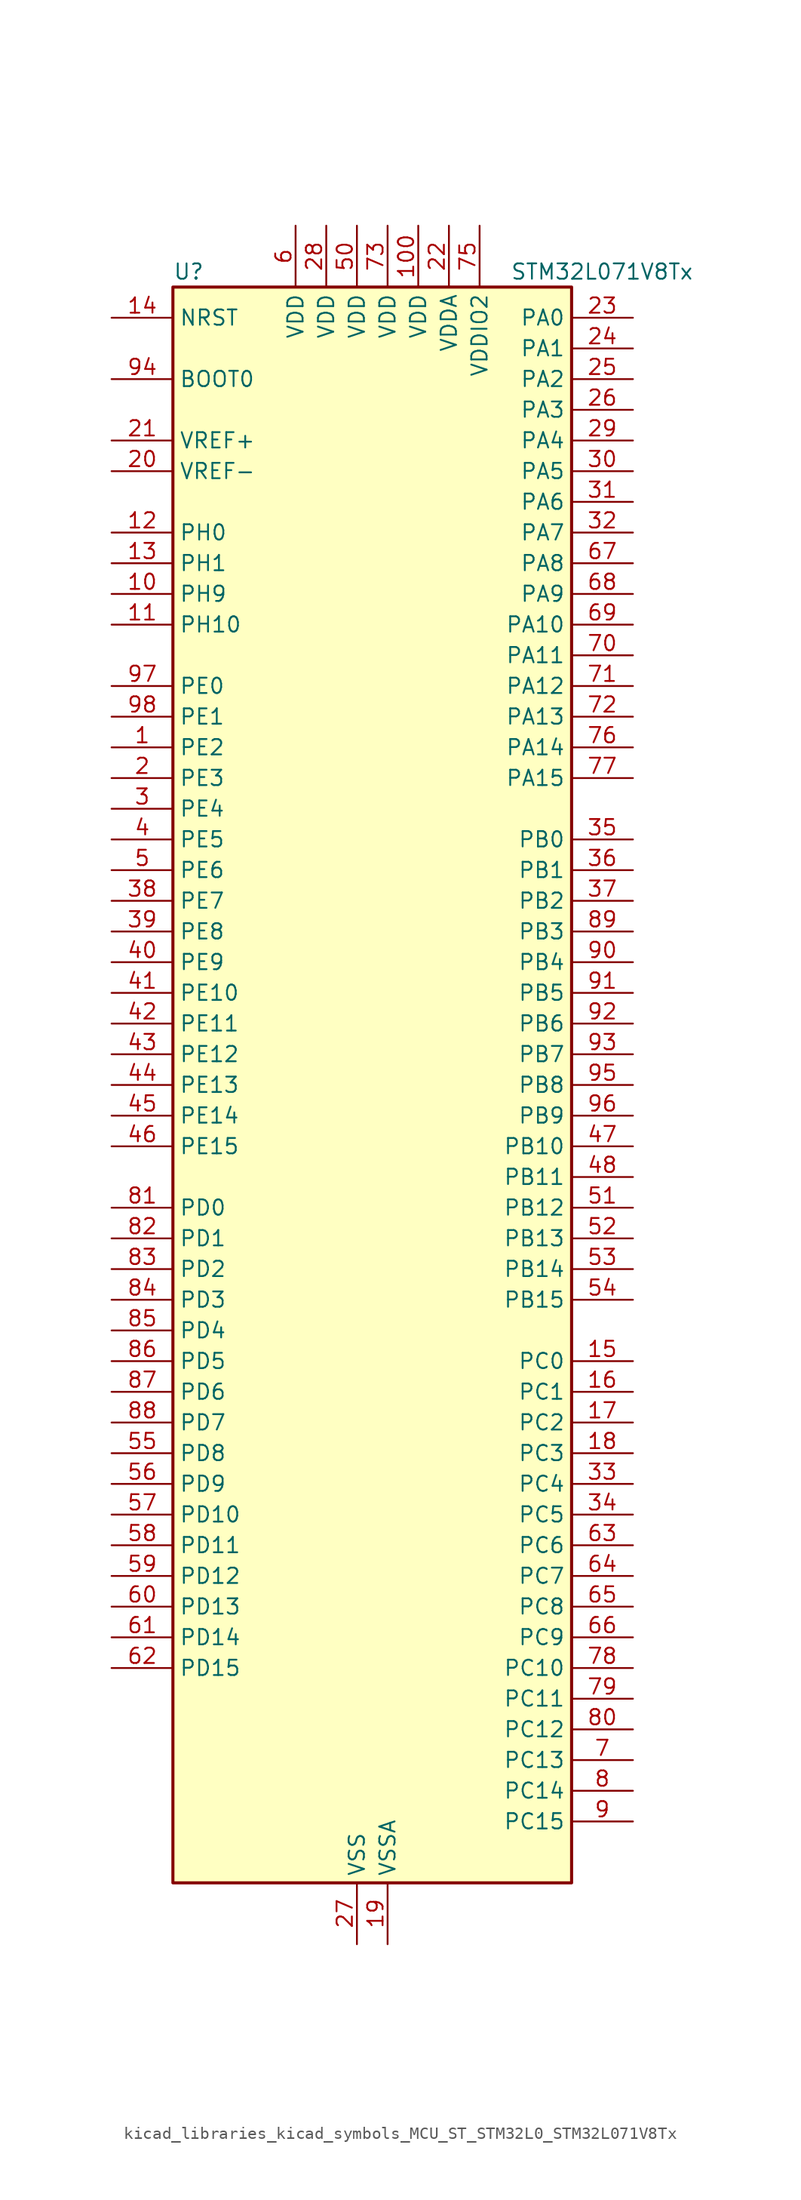
<source format=kicad_sym>
(kicad_symbol_lib
  (version 20220914)
  (generator kicad_symbol_editor)
  (symbol "kicad_libraries_kicad_symbols_MCU_ST_STM32L0_STM32L071V8Tx"
    (property "Reference" "U"
      (at -15.24 67.31 0)
      (effects (font (size 1.27 1.27)) (justify left)))
    (property "Value" "STM32L071V8Tx"
      (at 12.7 67.31 0)
      (effects (font (size 1.27 1.27)) (justify left)))
    (property "ki_locked" ""
      (at 0 0 0)
      (effects (font (size 1.27 1.27))))
    (symbol "kicad_libraries_kicad_symbols_MCU_ST_STM32L0_STM32L071V8Tx_0_1"
      (rectangle (start -15.24 -66.04) (end 17.78 66.04) (stroke (width 0.254) (type default)) (fill (type background))))
    (symbol "kicad_libraries_kicad_symbols_MCU_ST_STM32L0_STM32L071V8Tx_1_1"
      (pin bidirectional line (at -20.32 27.94 0) (length 5.08) (name "PE2" (effects (font (size 1.27 1.27)))) (number "1" (effects (font (size 1.27 1.27)))) (alternate "TIM3_ETR" bidirectional line))
      (pin bidirectional line (at -20.32 40.64 0) (length 5.08) (name "PH9" (effects (font (size 1.27 1.27)))) (number "10" (effects (font (size 1.27 1.27)))))
      (pin power_in line (at 5.08 71.12 270) (length 5.08) (name "VDD" (effects (font (size 1.27 1.27)))) (number "100" (effects (font (size 1.27 1.27)))))
      (pin bidirectional line (at -20.32 38.1 0) (length 5.08) (name "PH10" (effects (font (size 1.27 1.27)))) (number "11" (effects (font (size 1.27 1.27)))))
      (pin bidirectional line (at -20.32 45.72 0) (length 5.08) (name "PH0" (effects (font (size 1.27 1.27)))) (number "12" (effects (font (size 1.27 1.27)))) (alternate "RCC_OSC_IN" bidirectional line))
      (pin bidirectional line (at -20.32 43.18 0) (length 5.08) (name "PH1" (effects (font (size 1.27 1.27)))) (number "13" (effects (font (size 1.27 1.27)))) (alternate "RCC_OSC_OUT" bidirectional line))
      (pin input line (at -20.32 63.5 0) (length 5.08) (name "NRST" (effects (font (size 1.27 1.27)))) (number "14" (effects (font (size 1.27 1.27)))))
      (pin bidirectional line (at 22.86 -22.86 180) (length 5.08) (name "PC0" (effects (font (size 1.27 1.27)))) (number "15" (effects (font (size 1.27 1.27)))) (alternate "ADC_IN10" bidirectional line) (alternate "I2C3_SCL" bidirectional line) (alternate "LPTIM1_IN1" bidirectional line) (alternate "LPUART1_RX" bidirectional line))
      (pin bidirectional line (at 22.86 -25.4 180) (length 5.08) (name "PC1" (effects (font (size 1.27 1.27)))) (number "16" (effects (font (size 1.27 1.27)))) (alternate "ADC_IN11" bidirectional line) (alternate "I2C3_SDA" bidirectional line) (alternate "LPTIM1_OUT" bidirectional line) (alternate "LPUART1_TX" bidirectional line))
      (pin bidirectional line (at 22.86 -27.94 180) (length 5.08) (name "PC2" (effects (font (size 1.27 1.27)))) (number "17" (effects (font (size 1.27 1.27)))) (alternate "ADC_IN12" bidirectional line) (alternate "I2S2_MCK" bidirectional line) (alternate "LPTIM1_IN2" bidirectional line) (alternate "SPI2_MISO" bidirectional line))
      (pin bidirectional line (at 22.86 -30.48 180) (length 5.08) (name "PC3" (effects (font (size 1.27 1.27)))) (number "18" (effects (font (size 1.27 1.27)))) (alternate "ADC_IN13" bidirectional line) (alternate "I2S2_SD" bidirectional line) (alternate "LPTIM1_ETR" bidirectional line) (alternate "SPI2_MOSI" bidirectional line))
      (pin power_in line (at 2.54 -71.12 90) (length 5.08) (name "VSSA" (effects (font (size 1.27 1.27)))) (number "19" (effects (font (size 1.27 1.27)))))
      (pin bidirectional line (at -20.32 25.4 0) (length 5.08) (name "PE3" (effects (font (size 1.27 1.27)))) (number "2" (effects (font (size 1.27 1.27)))) (alternate "TIM22_CH1" bidirectional line) (alternate "TIM3_CH1" bidirectional line))
      (pin input line (at -20.32 50.8 0) (length 5.08) (name "VREF-" (effects (font (size 1.27 1.27)))) (number "20" (effects (font (size 1.27 1.27)))))
      (pin input line (at -20.32 53.34 0) (length 5.08) (name "VREF+" (effects (font (size 1.27 1.27)))) (number "21" (effects (font (size 1.27 1.27)))))
      (pin power_in line (at 7.62 71.12 270) (length 5.08) (name "VDDA" (effects (font (size 1.27 1.27)))) (number "22" (effects (font (size 1.27 1.27)))))
      (pin bidirectional line (at 22.86 63.5 180) (length 5.08) (name "PA0" (effects (font (size 1.27 1.27)))) (number "23" (effects (font (size 1.27 1.27)))) (alternate "ADC_IN0" bidirectional line) (alternate "COMP1_INM" bidirectional line) (alternate "COMP1_OUT" bidirectional line) (alternate "RTC_TAMP2" bidirectional line) (alternate "SYS_WKUP1" bidirectional line) (alternate "TIM2_CH1" bidirectional line) (alternate "TIM2_ETR" bidirectional line) (alternate "USART2_CTS" bidirectional line) (alternate "USART4_TX" bidirectional line))
      (pin bidirectional line (at 22.86 60.96 180) (length 5.08) (name "PA1" (effects (font (size 1.27 1.27)))) (number "24" (effects (font (size 1.27 1.27)))) (alternate "ADC_IN1" bidirectional line) (alternate "COMP1_INP" bidirectional line) (alternate "TIM21_ETR" bidirectional line) (alternate "TIM2_CH2" bidirectional line) (alternate "USART2_DE" bidirectional line) (alternate "USART2_RTS" bidirectional line) (alternate "USART4_RX" bidirectional line))
      (pin bidirectional line (at 22.86 58.42 180) (length 5.08) (name "PA2" (effects (font (size 1.27 1.27)))) (number "25" (effects (font (size 1.27 1.27)))) (alternate "ADC_IN2" bidirectional line) (alternate "COMP2_INM" bidirectional line) (alternate "COMP2_OUT" bidirectional line) (alternate "LPUART1_TX" bidirectional line) (alternate "TIM21_CH1" bidirectional line) (alternate "TIM2_CH3" bidirectional line) (alternate "USART2_TX" bidirectional line))
      (pin bidirectional line (at 22.86 55.88 180) (length 5.08) (name "PA3" (effects (font (size 1.27 1.27)))) (number "26" (effects (font (size 1.27 1.27)))) (alternate "ADC_IN3" bidirectional line) (alternate "COMP2_INP" bidirectional line) (alternate "LPUART1_RX" bidirectional line) (alternate "TIM21_CH2" bidirectional line) (alternate "TIM2_CH4" bidirectional line) (alternate "USART2_RX" bidirectional line))
      (pin power_in line (at 0 -71.12 90) (length 5.08) (name "VSS" (effects (font (size 1.27 1.27)))) (number "27" (effects (font (size 1.27 1.27)))))
      (pin power_in line (at -2.54 71.12 270) (length 5.08) (name "VDD" (effects (font (size 1.27 1.27)))) (number "28" (effects (font (size 1.27 1.27)))))
      (pin bidirectional line (at 22.86 53.34 180) (length 5.08) (name "PA4" (effects (font (size 1.27 1.27)))) (number "29" (effects (font (size 1.27 1.27)))) (alternate "ADC_IN4" bidirectional line) (alternate "COMP1_INM" bidirectional line) (alternate "COMP2_INM" bidirectional line) (alternate "SPI1_NSS" bidirectional line) (alternate "TIM22_ETR" bidirectional line) (alternate "USART2_CK" bidirectional line))
      (pin bidirectional line (at -20.32 22.86 0) (length 5.08) (name "PE4" (effects (font (size 1.27 1.27)))) (number "3" (effects (font (size 1.27 1.27)))) (alternate "TIM22_CH2" bidirectional line) (alternate "TIM3_CH2" bidirectional line))
      (pin bidirectional line (at 22.86 50.8 180) (length 5.08) (name "PA5" (effects (font (size 1.27 1.27)))) (number "30" (effects (font (size 1.27 1.27)))) (alternate "ADC_IN5" bidirectional line) (alternate "COMP1_INM" bidirectional line) (alternate "COMP2_INM" bidirectional line) (alternate "SPI1_SCK" bidirectional line) (alternate "TIM2_CH1" bidirectional line) (alternate "TIM2_ETR" bidirectional line))
      (pin bidirectional line (at 22.86 48.26 180) (length 5.08) (name "PA6" (effects (font (size 1.27 1.27)))) (number "31" (effects (font (size 1.27 1.27)))) (alternate "ADC_IN6" bidirectional line) (alternate "COMP1_OUT" bidirectional line) (alternate "LPUART1_CTS" bidirectional line) (alternate "SPI1_MISO" bidirectional line) (alternate "TIM22_CH1" bidirectional line) (alternate "TIM3_CH1" bidirectional line))
      (pin bidirectional line (at 22.86 45.72 180) (length 5.08) (name "PA7" (effects (font (size 1.27 1.27)))) (number "32" (effects (font (size 1.27 1.27)))) (alternate "ADC_IN7" bidirectional line) (alternate "COMP2_OUT" bidirectional line) (alternate "SPI1_MOSI" bidirectional line) (alternate "TIM22_CH2" bidirectional line) (alternate "TIM3_CH2" bidirectional line))
      (pin bidirectional line (at 22.86 -33.02 180) (length 5.08) (name "PC4" (effects (font (size 1.27 1.27)))) (number "33" (effects (font (size 1.27 1.27)))) (alternate "ADC_IN14" bidirectional line) (alternate "LPUART1_TX" bidirectional line))
      (pin bidirectional line (at 22.86 -35.56 180) (length 5.08) (name "PC5" (effects (font (size 1.27 1.27)))) (number "34" (effects (font (size 1.27 1.27)))) (alternate "ADC_IN15" bidirectional line) (alternate "LPUART1_RX" bidirectional line))
      (pin bidirectional line (at 22.86 20.32 180) (length 5.08) (name "PB0" (effects (font (size 1.27 1.27)))) (number "35" (effects (font (size 1.27 1.27)))) (alternate "ADC_IN8" bidirectional line) (alternate "SYS_VREF_OUT_PB0" bidirectional line) (alternate "TIM3_CH3" bidirectional line))
      (pin bidirectional line (at 22.86 17.78 180) (length 5.08) (name "PB1" (effects (font (size 1.27 1.27)))) (number "36" (effects (font (size 1.27 1.27)))) (alternate "ADC_IN9" bidirectional line) (alternate "LPUART1_DE" bidirectional line) (alternate "LPUART1_RTS" bidirectional line) (alternate "SYS_VREF_OUT_PB1" bidirectional line) (alternate "TIM3_CH4" bidirectional line))
      (pin bidirectional line (at 22.86 15.24 180) (length 5.08) (name "PB2" (effects (font (size 1.27 1.27)))) (number "37" (effects (font (size 1.27 1.27)))) (alternate "I2C3_SMBA" bidirectional line) (alternate "LPTIM1_OUT" bidirectional line))
      (pin bidirectional line (at -20.32 15.24 0) (length 5.08) (name "PE7" (effects (font (size 1.27 1.27)))) (number "38" (effects (font (size 1.27 1.27)))) (alternate "USART5_CK" bidirectional line) (alternate "USART5_DE" bidirectional line) (alternate "USART5_RTS" bidirectional line))
      (pin bidirectional line (at -20.32 12.7 0) (length 5.08) (name "PE8" (effects (font (size 1.27 1.27)))) (number "39" (effects (font (size 1.27 1.27)))) (alternate "USART4_TX" bidirectional line))
      (pin bidirectional line (at -20.32 20.32 0) (length 5.08) (name "PE5" (effects (font (size 1.27 1.27)))) (number "4" (effects (font (size 1.27 1.27)))) (alternate "TIM21_CH1" bidirectional line) (alternate "TIM3_CH3" bidirectional line))
      (pin bidirectional line (at -20.32 10.16 0) (length 5.08) (name "PE9" (effects (font (size 1.27 1.27)))) (number "40" (effects (font (size 1.27 1.27)))) (alternate "TIM2_CH1" bidirectional line) (alternate "TIM2_ETR" bidirectional line) (alternate "USART4_RX" bidirectional line))
      (pin bidirectional line (at -20.32 7.62 0) (length 5.08) (name "PE10" (effects (font (size 1.27 1.27)))) (number "41" (effects (font (size 1.27 1.27)))) (alternate "TIM2_CH2" bidirectional line) (alternate "USART5_TX" bidirectional line))
      (pin bidirectional line (at -20.32 5.08 0) (length 5.08) (name "PE11" (effects (font (size 1.27 1.27)))) (number "42" (effects (font (size 1.27 1.27)))) (alternate "ADC_EXTI11" bidirectional line) (alternate "TIM2_CH3" bidirectional line) (alternate "USART5_RX" bidirectional line))
      (pin bidirectional line (at -20.32 2.54 0) (length 5.08) (name "PE12" (effects (font (size 1.27 1.27)))) (number "43" (effects (font (size 1.27 1.27)))) (alternate "SPI1_NSS" bidirectional line) (alternate "TIM2_CH4" bidirectional line))
      (pin bidirectional line (at -20.32 0 0) (length 5.08) (name "PE13" (effects (font (size 1.27 1.27)))) (number "44" (effects (font (size 1.27 1.27)))) (alternate "SPI1_SCK" bidirectional line))
      (pin bidirectional line (at -20.32 -2.54 0) (length 5.08) (name "PE14" (effects (font (size 1.27 1.27)))) (number "45" (effects (font (size 1.27 1.27)))) (alternate "SPI1_MISO" bidirectional line))
      (pin bidirectional line (at -20.32 -5.08 0) (length 5.08) (name "PE15" (effects (font (size 1.27 1.27)))) (number "46" (effects (font (size 1.27 1.27)))) (alternate "SPI1_MOSI" bidirectional line))
      (pin bidirectional line (at 22.86 -5.08 180) (length 5.08) (name "PB10" (effects (font (size 1.27 1.27)))) (number "47" (effects (font (size 1.27 1.27)))) (alternate "I2C2_SCL" bidirectional line) (alternate "LPUART1_RX" bidirectional line) (alternate "LPUART1_TX" bidirectional line) (alternate "SPI2_SCK" bidirectional line) (alternate "TIM2_CH3" bidirectional line))
      (pin bidirectional line (at 22.86 -7.62 180) (length 5.08) (name "PB11" (effects (font (size 1.27 1.27)))) (number "48" (effects (font (size 1.27 1.27)))) (alternate "ADC_EXTI11" bidirectional line) (alternate "I2C2_SDA" bidirectional line) (alternate "LPUART1_RX" bidirectional line) (alternate "LPUART1_TX" bidirectional line) (alternate "TIM2_CH4" bidirectional line))
      (pin passive line (at 0 -71.12 90) (length 5.08) hide (name "VSS" (effects (font (size 1.27 1.27)))) (number "49" (effects (font (size 1.27 1.27)))))
      (pin bidirectional line (at -20.32 17.78 0) (length 5.08) (name "PE6" (effects (font (size 1.27 1.27)))) (number "5" (effects (font (size 1.27 1.27)))) (alternate "RTC_TAMP3" bidirectional line) (alternate "SYS_WKUP3" bidirectional line) (alternate "TIM21_CH2" bidirectional line) (alternate "TIM3_CH4" bidirectional line))
      (pin power_in line (at 0 71.12 270) (length 5.08) (name "VDD" (effects (font (size 1.27 1.27)))) (number "50" (effects (font (size 1.27 1.27)))))
      (pin bidirectional line (at 22.86 -10.16 180) (length 5.08) (name "PB12" (effects (font (size 1.27 1.27)))) (number "51" (effects (font (size 1.27 1.27)))) (alternate "I2S2_WS" bidirectional line) (alternate "LPUART1_DE" bidirectional line) (alternate "LPUART1_RTS" bidirectional line) (alternate "SPI2_NSS" bidirectional line))
      (pin bidirectional line (at 22.86 -12.7 180) (length 5.08) (name "PB13" (effects (font (size 1.27 1.27)))) (number "52" (effects (font (size 1.27 1.27)))) (alternate "I2C2_SCL" bidirectional line) (alternate "I2S2_CK" bidirectional line) (alternate "LPUART1_CTS" bidirectional line) (alternate "RCC_MCO" bidirectional line) (alternate "SPI2_SCK" bidirectional line) (alternate "TIM21_CH1" bidirectional line))
      (pin bidirectional line (at 22.86 -15.24 180) (length 5.08) (name "PB14" (effects (font (size 1.27 1.27)))) (number "53" (effects (font (size 1.27 1.27)))) (alternate "I2C2_SDA" bidirectional line) (alternate "I2S2_MCK" bidirectional line) (alternate "LPUART1_DE" bidirectional line) (alternate "LPUART1_RTS" bidirectional line) (alternate "RTC_OUT_ALARM" bidirectional line) (alternate "RTC_OUT_CALIB" bidirectional line) (alternate "SPI2_MISO" bidirectional line) (alternate "TIM21_CH2" bidirectional line))
      (pin bidirectional line (at 22.86 -17.78 180) (length 5.08) (name "PB15" (effects (font (size 1.27 1.27)))) (number "54" (effects (font (size 1.27 1.27)))) (alternate "I2S2_SD" bidirectional line) (alternate "RTC_REFIN" bidirectional line) (alternate "SPI2_MOSI" bidirectional line))
      (pin bidirectional line (at -20.32 -30.48 0) (length 5.08) (name "PD8" (effects (font (size 1.27 1.27)))) (number "55" (effects (font (size 1.27 1.27)))) (alternate "LPUART1_TX" bidirectional line))
      (pin bidirectional line (at -20.32 -33.02 0) (length 5.08) (name "PD9" (effects (font (size 1.27 1.27)))) (number "56" (effects (font (size 1.27 1.27)))) (alternate "LPUART1_RX" bidirectional line))
      (pin bidirectional line (at -20.32 -35.56 0) (length 5.08) (name "PD10" (effects (font (size 1.27 1.27)))) (number "57" (effects (font (size 1.27 1.27)))))
      (pin bidirectional line (at -20.32 -38.1 0) (length 5.08) (name "PD11" (effects (font (size 1.27 1.27)))) (number "58" (effects (font (size 1.27 1.27)))) (alternate "ADC_EXTI11" bidirectional line) (alternate "LPUART1_CTS" bidirectional line))
      (pin bidirectional line (at -20.32 -40.64 0) (length 5.08) (name "PD12" (effects (font (size 1.27 1.27)))) (number "59" (effects (font (size 1.27 1.27)))) (alternate "LPUART1_DE" bidirectional line) (alternate "LPUART1_RTS" bidirectional line))
      (pin power_in line (at -5.08 71.12 270) (length 5.08) (name "VDD" (effects (font (size 1.27 1.27)))) (number "6" (effects (font (size 1.27 1.27)))))
      (pin bidirectional line (at -20.32 -43.18 0) (length 5.08) (name "PD13" (effects (font (size 1.27 1.27)))) (number "60" (effects (font (size 1.27 1.27)))))
      (pin bidirectional line (at -20.32 -45.72 0) (length 5.08) (name "PD14" (effects (font (size 1.27 1.27)))) (number "61" (effects (font (size 1.27 1.27)))))
      (pin bidirectional line (at -20.32 -48.26 0) (length 5.08) (name "PD15" (effects (font (size 1.27 1.27)))) (number "62" (effects (font (size 1.27 1.27)))))
      (pin bidirectional line (at 22.86 -38.1 180) (length 5.08) (name "PC6" (effects (font (size 1.27 1.27)))) (number "63" (effects (font (size 1.27 1.27)))) (alternate "TIM22_CH1" bidirectional line) (alternate "TIM3_CH1" bidirectional line))
      (pin bidirectional line (at 22.86 -40.64 180) (length 5.08) (name "PC7" (effects (font (size 1.27 1.27)))) (number "64" (effects (font (size 1.27 1.27)))) (alternate "TIM22_CH2" bidirectional line) (alternate "TIM3_CH2" bidirectional line))
      (pin bidirectional line (at 22.86 -43.18 180) (length 5.08) (name "PC8" (effects (font (size 1.27 1.27)))) (number "65" (effects (font (size 1.27 1.27)))) (alternate "TIM22_ETR" bidirectional line) (alternate "TIM3_CH3" bidirectional line))
      (pin bidirectional line (at 22.86 -45.72 180) (length 5.08) (name "PC9" (effects (font (size 1.27 1.27)))) (number "66" (effects (font (size 1.27 1.27)))) (alternate "I2C3_SDA" bidirectional line) (alternate "TIM21_ETR" bidirectional line) (alternate "TIM3_CH4" bidirectional line))
      (pin bidirectional line (at 22.86 43.18 180) (length 5.08) (name "PA8" (effects (font (size 1.27 1.27)))) (number "67" (effects (font (size 1.27 1.27)))) (alternate "I2C3_SCL" bidirectional line) (alternate "RCC_MCO" bidirectional line) (alternate "USART1_CK" bidirectional line))
      (pin bidirectional line (at 22.86 40.64 180) (length 5.08) (name "PA9" (effects (font (size 1.27 1.27)))) (number "68" (effects (font (size 1.27 1.27)))) (alternate "I2C1_SCL" bidirectional line) (alternate "I2C3_SMBA" bidirectional line) (alternate "RCC_MCO" bidirectional line) (alternate "USART1_TX" bidirectional line))
      (pin bidirectional line (at 22.86 38.1 180) (length 5.08) (name "PA10" (effects (font (size 1.27 1.27)))) (number "69" (effects (font (size 1.27 1.27)))) (alternate "I2C1_SDA" bidirectional line) (alternate "USART1_RX" bidirectional line))
      (pin bidirectional line (at 22.86 -55.88 180) (length 5.08) (name "PC13" (effects (font (size 1.27 1.27)))) (number "7" (effects (font (size 1.27 1.27)))) (alternate "RTC_OUT_ALARM" bidirectional line) (alternate "RTC_OUT_CALIB" bidirectional line) (alternate "RTC_TAMP1" bidirectional line) (alternate "RTC_TS" bidirectional line) (alternate "SYS_WKUP2" bidirectional line))
      (pin bidirectional line (at 22.86 35.56 180) (length 5.08) (name "PA11" (effects (font (size 1.27 1.27)))) (number "70" (effects (font (size 1.27 1.27)))) (alternate "ADC_EXTI11" bidirectional line) (alternate "COMP1_OUT" bidirectional line) (alternate "SPI1_MISO" bidirectional line) (alternate "USART1_CTS" bidirectional line))
      (pin bidirectional line (at 22.86 33.02 180) (length 5.08) (name "PA12" (effects (font (size 1.27 1.27)))) (number "71" (effects (font (size 1.27 1.27)))) (alternate "COMP2_OUT" bidirectional line) (alternate "SPI1_MOSI" bidirectional line) (alternate "USART1_DE" bidirectional line) (alternate "USART1_RTS" bidirectional line))
      (pin bidirectional line (at 22.86 30.48 180) (length 5.08) (name "PA13" (effects (font (size 1.27 1.27)))) (number "72" (effects (font (size 1.27 1.27)))) (alternate "LPUART1_RX" bidirectional line) (alternate "SYS_SWDIO" bidirectional line))
      (pin power_in line (at 2.54 71.12 270) (length 5.08) (name "VDD" (effects (font (size 1.27 1.27)))) (number "73" (effects (font (size 1.27 1.27)))))
      (pin passive line (at 0 -71.12 90) (length 5.08) hide (name "VSS" (effects (font (size 1.27 1.27)))) (number "74" (effects (font (size 1.27 1.27)))))
      (pin power_in line (at 10.16 71.12 270) (length 5.08) (name "VDDIO2" (effects (font (size 1.27 1.27)))) (number "75" (effects (font (size 1.27 1.27)))))
      (pin bidirectional line (at 22.86 27.94 180) (length 5.08) (name "PA14" (effects (font (size 1.27 1.27)))) (number "76" (effects (font (size 1.27 1.27)))) (alternate "LPUART1_TX" bidirectional line) (alternate "SYS_SWCLK" bidirectional line) (alternate "USART2_TX" bidirectional line))
      (pin bidirectional line (at 22.86 25.4 180) (length 5.08) (name "PA15" (effects (font (size 1.27 1.27)))) (number "77" (effects (font (size 1.27 1.27)))) (alternate "SPI1_NSS" bidirectional line) (alternate "TIM2_CH1" bidirectional line) (alternate "TIM2_ETR" bidirectional line) (alternate "USART2_RX" bidirectional line) (alternate "USART4_DE" bidirectional line) (alternate "USART4_RTS" bidirectional line))
      (pin bidirectional line (at 22.86 -48.26 180) (length 5.08) (name "PC10" (effects (font (size 1.27 1.27)))) (number "78" (effects (font (size 1.27 1.27)))) (alternate "LPUART1_TX" bidirectional line) (alternate "USART4_TX" bidirectional line))
      (pin bidirectional line (at 22.86 -50.8 180) (length 5.08) (name "PC11" (effects (font (size 1.27 1.27)))) (number "79" (effects (font (size 1.27 1.27)))) (alternate "ADC_EXTI11" bidirectional line) (alternate "LPUART1_RX" bidirectional line) (alternate "USART4_RX" bidirectional line))
      (pin bidirectional line (at 22.86 -58.42 180) (length 5.08) (name "PC14" (effects (font (size 1.27 1.27)))) (number "8" (effects (font (size 1.27 1.27)))) (alternate "RCC_OSC32_IN" bidirectional line))
      (pin bidirectional line (at 22.86 -53.34 180) (length 5.08) (name "PC12" (effects (font (size 1.27 1.27)))) (number "80" (effects (font (size 1.27 1.27)))) (alternate "USART4_CK" bidirectional line) (alternate "USART5_TX" bidirectional line))
      (pin bidirectional line (at -20.32 -10.16 0) (length 5.08) (name "PD0" (effects (font (size 1.27 1.27)))) (number "81" (effects (font (size 1.27 1.27)))) (alternate "I2S2_WS" bidirectional line) (alternate "SPI2_NSS" bidirectional line) (alternate "TIM21_CH1" bidirectional line))
      (pin bidirectional line (at -20.32 -12.7 0) (length 5.08) (name "PD1" (effects (font (size 1.27 1.27)))) (number "82" (effects (font (size 1.27 1.27)))) (alternate "I2S2_CK" bidirectional line) (alternate "SPI2_SCK" bidirectional line))
      (pin bidirectional line (at -20.32 -15.24 0) (length 5.08) (name "PD2" (effects (font (size 1.27 1.27)))) (number "83" (effects (font (size 1.27 1.27)))) (alternate "LPUART1_DE" bidirectional line) (alternate "LPUART1_RTS" bidirectional line) (alternate "TIM3_ETR" bidirectional line) (alternate "USART5_RX" bidirectional line))
      (pin bidirectional line (at -20.32 -17.78 0) (length 5.08) (name "PD3" (effects (font (size 1.27 1.27)))) (number "84" (effects (font (size 1.27 1.27)))) (alternate "I2S2_MCK" bidirectional line) (alternate "SPI2_MISO" bidirectional line) (alternate "USART2_CTS" bidirectional line))
      (pin bidirectional line (at -20.32 -20.32 0) (length 5.08) (name "PD4" (effects (font (size 1.27 1.27)))) (number "85" (effects (font (size 1.27 1.27)))) (alternate "I2S2_SD" bidirectional line) (alternate "SPI2_MOSI" bidirectional line) (alternate "USART2_DE" bidirectional line) (alternate "USART2_RTS" bidirectional line))
      (pin bidirectional line (at -20.32 -22.86 0) (length 5.08) (name "PD5" (effects (font (size 1.27 1.27)))) (number "86" (effects (font (size 1.27 1.27)))) (alternate "USART2_TX" bidirectional line))
      (pin bidirectional line (at -20.32 -25.4 0) (length 5.08) (name "PD6" (effects (font (size 1.27 1.27)))) (number "87" (effects (font (size 1.27 1.27)))) (alternate "USART2_RX" bidirectional line))
      (pin bidirectional line (at -20.32 -27.94 0) (length 5.08) (name "PD7" (effects (font (size 1.27 1.27)))) (number "88" (effects (font (size 1.27 1.27)))) (alternate "TIM21_CH2" bidirectional line) (alternate "USART2_CK" bidirectional line))
      (pin bidirectional line (at 22.86 12.7 180) (length 5.08) (name "PB3" (effects (font (size 1.27 1.27)))) (number "89" (effects (font (size 1.27 1.27)))) (alternate "COMP2_INM" bidirectional line) (alternate "SPI1_SCK" bidirectional line) (alternate "TIM2_CH2" bidirectional line) (alternate "USART1_DE" bidirectional line) (alternate "USART1_RTS" bidirectional line) (alternate "USART5_TX" bidirectional line))
      (pin bidirectional line (at 22.86 -60.96 180) (length 5.08) (name "PC15" (effects (font (size 1.27 1.27)))) (number "9" (effects (font (size 1.27 1.27)))) (alternate "RCC_OSC32_OUT" bidirectional line))
      (pin bidirectional line (at 22.86 10.16 180) (length 5.08) (name "PB4" (effects (font (size 1.27 1.27)))) (number "90" (effects (font (size 1.27 1.27)))) (alternate "COMP2_INP" bidirectional line) (alternate "I2C3_SDA" bidirectional line) (alternate "SPI1_MISO" bidirectional line) (alternate "TIM22_CH1" bidirectional line) (alternate "TIM3_CH1" bidirectional line) (alternate "USART1_CTS" bidirectional line) (alternate "USART5_RX" bidirectional line))
      (pin bidirectional line (at 22.86 7.62 180) (length 5.08) (name "PB5" (effects (font (size 1.27 1.27)))) (number "91" (effects (font (size 1.27 1.27)))) (alternate "COMP2_INP" bidirectional line) (alternate "I2C1_SMBA" bidirectional line) (alternate "LPTIM1_IN1" bidirectional line) (alternate "SPI1_MOSI" bidirectional line) (alternate "TIM22_CH2" bidirectional line) (alternate "TIM3_CH2" bidirectional line) (alternate "USART1_CK" bidirectional line) (alternate "USART5_CK" bidirectional line) (alternate "USART5_DE" bidirectional line) (alternate "USART5_RTS" bidirectional line))
      (pin bidirectional line (at 22.86 5.08 180) (length 5.08) (name "PB6" (effects (font (size 1.27 1.27)))) (number "92" (effects (font (size 1.27 1.27)))) (alternate "COMP2_INP" bidirectional line) (alternate "I2C1_SCL" bidirectional line) (alternate "LPTIM1_ETR" bidirectional line) (alternate "USART1_TX" bidirectional line))
      (pin bidirectional line (at 22.86 2.54 180) (length 5.08) (name "PB7" (effects (font (size 1.27 1.27)))) (number "93" (effects (font (size 1.27 1.27)))) (alternate "COMP2_INP" bidirectional line) (alternate "I2C1_SDA" bidirectional line) (alternate "LPTIM1_IN2" bidirectional line) (alternate "SYS_PVD_IN" bidirectional line) (alternate "USART1_RX" bidirectional line) (alternate "USART4_CTS" bidirectional line))
      (pin input line (at -20.32 58.42 0) (length 5.08) (name "BOOT0" (effects (font (size 1.27 1.27)))) (number "94" (effects (font (size 1.27 1.27)))))
      (pin bidirectional line (at 22.86 0 180) (length 5.08) (name "PB8" (effects (font (size 1.27 1.27)))) (number "95" (effects (font (size 1.27 1.27)))) (alternate "I2C1_SCL" bidirectional line))
      (pin bidirectional line (at 22.86 -2.54 180) (length 5.08) (name "PB9" (effects (font (size 1.27 1.27)))) (number "96" (effects (font (size 1.27 1.27)))) (alternate "I2C1_SDA" bidirectional line) (alternate "I2S2_WS" bidirectional line) (alternate "SPI2_NSS" bidirectional line))
      (pin bidirectional line (at -20.32 33.02 0) (length 5.08) (name "PE0" (effects (font (size 1.27 1.27)))) (number "97" (effects (font (size 1.27 1.27)))))
      (pin bidirectional line (at -20.32 30.48 0) (length 5.08) (name "PE1" (effects (font (size 1.27 1.27)))) (number "98" (effects (font (size 1.27 1.27)))))
      (pin passive line (at 0 -71.12 90) (length 5.08) hide (name "VSS" (effects (font (size 1.27 1.27)))) (number "99" (effects (font (size 1.27 1.27))))))))
</source>
